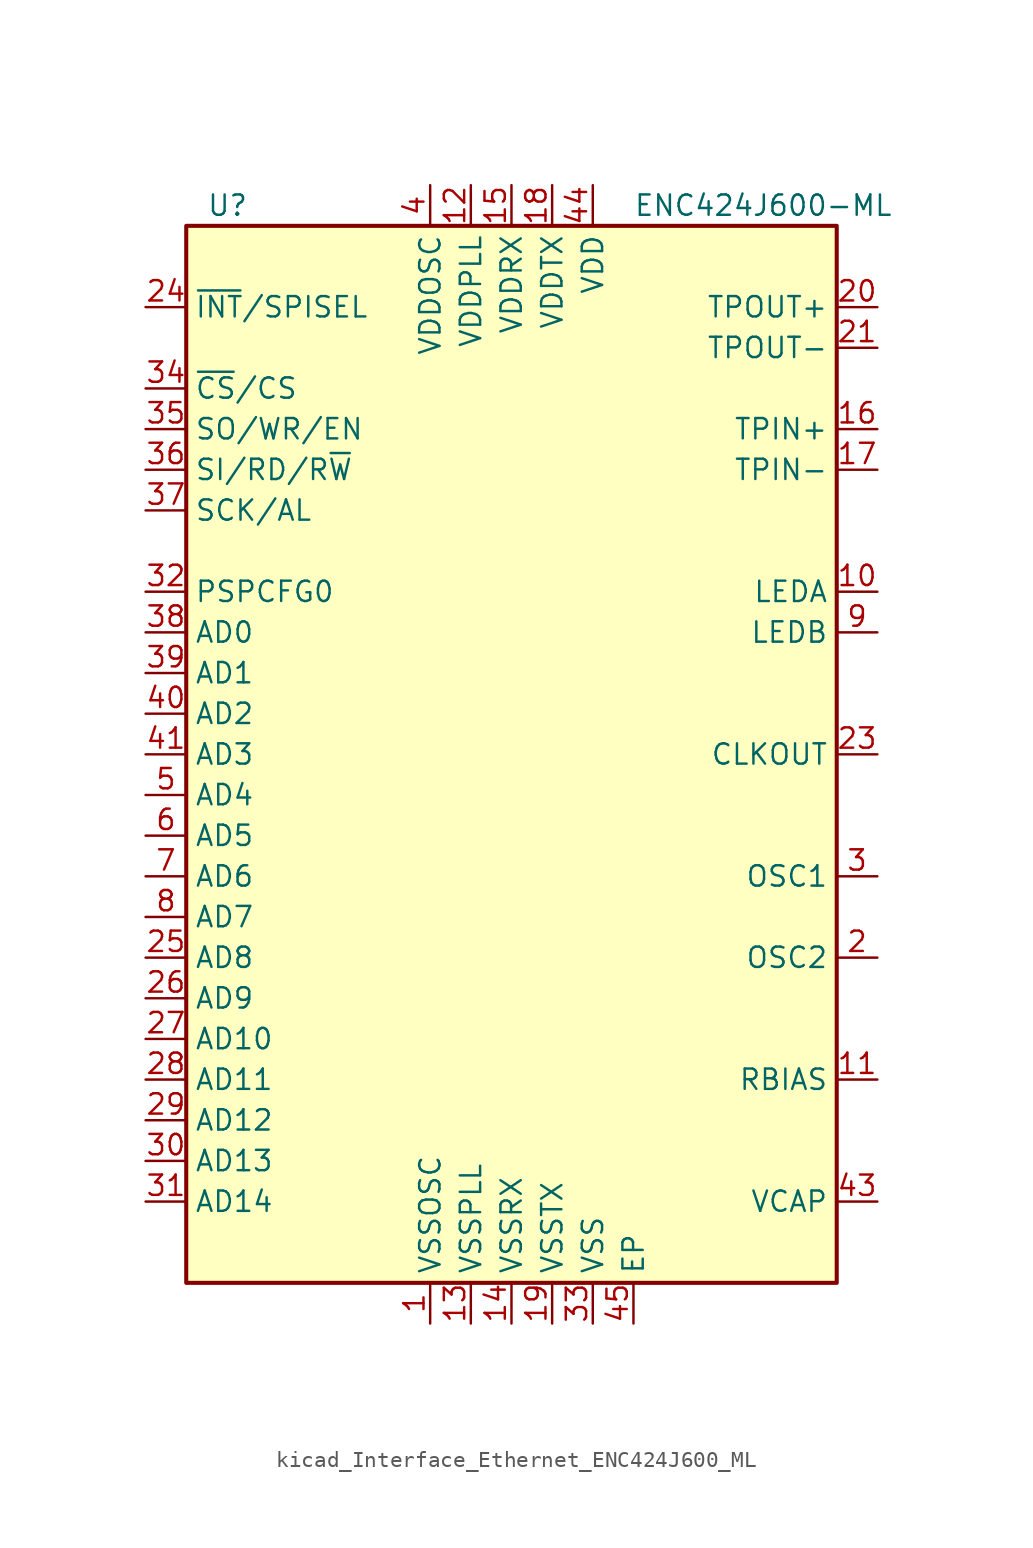
<source format=kicad_sym>
(kicad_symbol_lib
  (version 20220914)
  (generator kicad_symbol_editor)
  (symbol "kicad_Interface_Ethernet_ENC424J600_ML"
    (property "Reference" "U"
      (at -19.05 34.29 0)
      (effects (font (size 1.27 1.27)) (justify left)))
    (property "Value" "ENC424J600-ML"
      (at 7.62 34.29 0)
      (effects (font (size 1.27 1.27)) (justify left)))
    (symbol "kicad_Interface_Ethernet_ENC424J600_ML_0_1"
      (rectangle (start -20.32 33.02) (end 20.32 -33.02) (stroke (width 0.254) (type default)) (fill (type background))))
    (symbol "kicad_Interface_Ethernet_ENC424J600_ML_1_1"
      (pin power_in line (at -5.08 -35.56 90) (length 2.54) (name "VSSOSC" (effects (font (size 1.27 1.27)))) (number "1" (effects (font (size 1.27 1.27)))))
      (pin output line (at 22.86 10.16 180) (length 2.54) (name "LEDA" (effects (font (size 1.27 1.27)))) (number "10" (effects (font (size 1.27 1.27)))))
      (pin input line (at 22.86 -20.32 180) (length 2.54) (name "RBIAS" (effects (font (size 1.27 1.27)))) (number "11" (effects (font (size 1.27 1.27)))))
      (pin power_in line (at -2.54 35.56 270) (length 2.54) (name "VDDPLL" (effects (font (size 1.27 1.27)))) (number "12" (effects (font (size 1.27 1.27)))))
      (pin power_in line (at -2.54 -35.56 90) (length 2.54) (name "VSSPLL" (effects (font (size 1.27 1.27)))) (number "13" (effects (font (size 1.27 1.27)))))
      (pin power_in line (at 0 -35.56 90) (length 2.54) (name "VSSRX" (effects (font (size 1.27 1.27)))) (number "14" (effects (font (size 1.27 1.27)))))
      (pin power_in line (at 0 35.56 270) (length 2.54) (name "VDDRX" (effects (font (size 1.27 1.27)))) (number "15" (effects (font (size 1.27 1.27)))))
      (pin input line (at 22.86 20.32 180) (length 2.54) (name "TPIN+" (effects (font (size 1.27 1.27)))) (number "16" (effects (font (size 1.27 1.27)))))
      (pin input line (at 22.86 17.78 180) (length 2.54) (name "TPIN-" (effects (font (size 1.27 1.27)))) (number "17" (effects (font (size 1.27 1.27)))))
      (pin power_in line (at 2.54 35.56 270) (length 2.54) (name "VDDTX" (effects (font (size 1.27 1.27)))) (number "18" (effects (font (size 1.27 1.27)))))
      (pin power_in line (at 2.54 -35.56 90) (length 2.54) (name "VSSTX" (effects (font (size 1.27 1.27)))) (number "19" (effects (font (size 1.27 1.27)))))
      (pin output line (at 22.86 -12.7 180) (length 2.54) (name "OSC2" (effects (font (size 1.27 1.27)))) (number "2" (effects (font (size 1.27 1.27)))))
      (pin output line (at 22.86 27.94 180) (length 2.54) (name "TPOUT+" (effects (font (size 1.27 1.27)))) (number "20" (effects (font (size 1.27 1.27)))))
      (pin output line (at 22.86 25.4 180) (length 2.54) (name "TPOUT-" (effects (font (size 1.27 1.27)))) (number "21" (effects (font (size 1.27 1.27)))))
      (pin passive line (at 2.54 -35.56 90) (length 2.54) hide (name "VSSTX" (effects (font (size 1.27 1.27)))) (number "22" (effects (font (size 1.27 1.27)))))
      (pin output line (at 22.86 0 180) (length 2.54) (name "CLKOUT" (effects (font (size 1.27 1.27)))) (number "23" (effects (font (size 1.27 1.27)))))
      (pin bidirectional line (at -22.86 27.94 0) (length 2.54) (name "~{INT}/SPISEL" (effects (font (size 1.27 1.27)))) (number "24" (effects (font (size 1.27 1.27)))))
      (pin bidirectional line (at -22.86 -12.7 0) (length 2.54) (name "AD8" (effects (font (size 1.27 1.27)))) (number "25" (effects (font (size 1.27 1.27)))))
      (pin bidirectional line (at -22.86 -15.24 0) (length 2.54) (name "AD9" (effects (font (size 1.27 1.27)))) (number "26" (effects (font (size 1.27 1.27)))))
      (pin bidirectional line (at -22.86 -17.78 0) (length 2.54) (name "AD10" (effects (font (size 1.27 1.27)))) (number "27" (effects (font (size 1.27 1.27)))))
      (pin bidirectional line (at -22.86 -20.32 0) (length 2.54) (name "AD11" (effects (font (size 1.27 1.27)))) (number "28" (effects (font (size 1.27 1.27)))))
      (pin bidirectional line (at -22.86 -22.86 0) (length 2.54) (name "AD12" (effects (font (size 1.27 1.27)))) (number "29" (effects (font (size 1.27 1.27)))))
      (pin input line (at 22.86 -7.62 180) (length 2.54) (name "OSC1" (effects (font (size 1.27 1.27)))) (number "3" (effects (font (size 1.27 1.27)))))
      (pin bidirectional line (at -22.86 -25.4 0) (length 2.54) (name "AD13" (effects (font (size 1.27 1.27)))) (number "30" (effects (font (size 1.27 1.27)))))
      (pin bidirectional line (at -22.86 -27.94 0) (length 2.54) (name "AD14" (effects (font (size 1.27 1.27)))) (number "31" (effects (font (size 1.27 1.27)))))
      (pin input line (at -22.86 10.16 0) (length 2.54) (name "PSPCFG0" (effects (font (size 1.27 1.27)))) (number "32" (effects (font (size 1.27 1.27)))))
      (pin power_in line (at 5.08 -35.56 90) (length 2.54) (name "VSS" (effects (font (size 1.27 1.27)))) (number "33" (effects (font (size 1.27 1.27)))))
      (pin input line (at -22.86 22.86 0) (length 2.54) (name "~{CS}/CS" (effects (font (size 1.27 1.27)))) (number "34" (effects (font (size 1.27 1.27)))))
      (pin bidirectional line (at -22.86 20.32 0) (length 2.54) (name "SO/WR/EN" (effects (font (size 1.27 1.27)))) (number "35" (effects (font (size 1.27 1.27)))))
      (pin input line (at -22.86 17.78 0) (length 2.54) (name "SI/RD/R~{W}" (effects (font (size 1.27 1.27)))) (number "36" (effects (font (size 1.27 1.27)))))
      (pin input line (at -22.86 15.24 0) (length 2.54) (name "SCK/AL" (effects (font (size 1.27 1.27)))) (number "37" (effects (font (size 1.27 1.27)))))
      (pin bidirectional line (at -22.86 7.62 0) (length 2.54) (name "AD0" (effects (font (size 1.27 1.27)))) (number "38" (effects (font (size 1.27 1.27)))))
      (pin input line (at -22.86 5.08 0) (length 2.54) (name "AD1" (effects (font (size 1.27 1.27)))) (number "39" (effects (font (size 1.27 1.27)))))
      (pin power_in line (at -5.08 35.56 270) (length 2.54) (name "VDDOSC" (effects (font (size 1.27 1.27)))) (number "4" (effects (font (size 1.27 1.27)))))
      (pin bidirectional line (at -22.86 2.54 0) (length 2.54) (name "AD2" (effects (font (size 1.27 1.27)))) (number "40" (effects (font (size 1.27 1.27)))))
      (pin bidirectional line (at -22.86 0 0) (length 2.54) (name "AD3" (effects (font (size 1.27 1.27)))) (number "41" (effects (font (size 1.27 1.27)))))
      (pin passive line (at 5.08 -35.56 90) (length 2.54) hide (name "VSS" (effects (font (size 1.27 1.27)))) (number "42" (effects (font (size 1.27 1.27)))))
      (pin input line (at 22.86 -27.94 180) (length 2.54) (name "VCAP" (effects (font (size 1.27 1.27)))) (number "43" (effects (font (size 1.27 1.27)))))
      (pin power_in line (at 5.08 35.56 270) (length 2.54) (name "VDD" (effects (font (size 1.27 1.27)))) (number "44" (effects (font (size 1.27 1.27)))))
      (pin power_in line (at 7.62 -35.56 90) (length 2.54) (name "EP" (effects (font (size 1.27 1.27)))) (number "45" (effects (font (size 1.27 1.27)))))
      (pin bidirectional line (at -22.86 -2.54 0) (length 2.54) (name "AD4" (effects (font (size 1.27 1.27)))) (number "5" (effects (font (size 1.27 1.27)))))
      (pin bidirectional line (at -22.86 -5.08 0) (length 2.54) (name "AD5" (effects (font (size 1.27 1.27)))) (number "6" (effects (font (size 1.27 1.27)))))
      (pin bidirectional line (at -22.86 -7.62 0) (length 2.54) (name "AD6" (effects (font (size 1.27 1.27)))) (number "7" (effects (font (size 1.27 1.27)))))
      (pin bidirectional line (at -22.86 -10.16 0) (length 2.54) (name "AD7" (effects (font (size 1.27 1.27)))) (number "8" (effects (font (size 1.27 1.27)))))
      (pin output line (at 22.86 7.62 180) (length 2.54) (name "LEDB" (effects (font (size 1.27 1.27)))) (number "9" (effects (font (size 1.27 1.27))))))))
</source>
